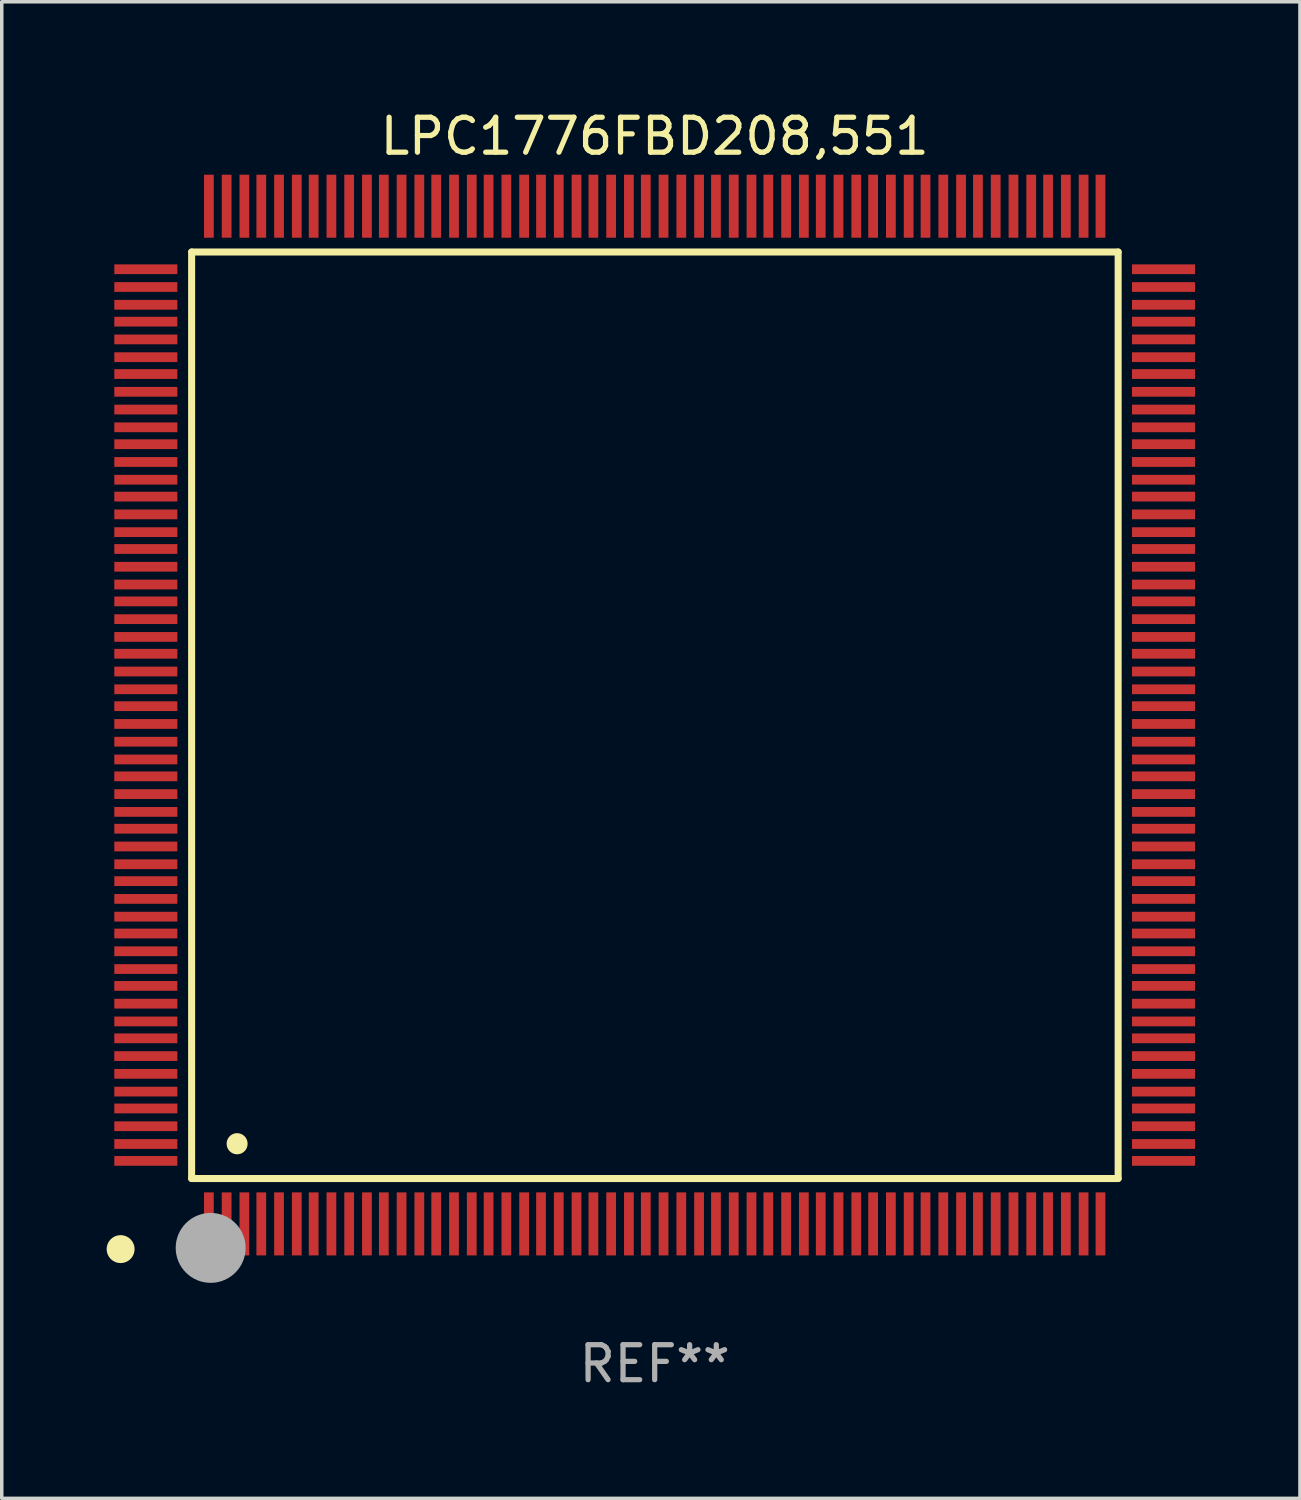
<source format=kicad_pcb>
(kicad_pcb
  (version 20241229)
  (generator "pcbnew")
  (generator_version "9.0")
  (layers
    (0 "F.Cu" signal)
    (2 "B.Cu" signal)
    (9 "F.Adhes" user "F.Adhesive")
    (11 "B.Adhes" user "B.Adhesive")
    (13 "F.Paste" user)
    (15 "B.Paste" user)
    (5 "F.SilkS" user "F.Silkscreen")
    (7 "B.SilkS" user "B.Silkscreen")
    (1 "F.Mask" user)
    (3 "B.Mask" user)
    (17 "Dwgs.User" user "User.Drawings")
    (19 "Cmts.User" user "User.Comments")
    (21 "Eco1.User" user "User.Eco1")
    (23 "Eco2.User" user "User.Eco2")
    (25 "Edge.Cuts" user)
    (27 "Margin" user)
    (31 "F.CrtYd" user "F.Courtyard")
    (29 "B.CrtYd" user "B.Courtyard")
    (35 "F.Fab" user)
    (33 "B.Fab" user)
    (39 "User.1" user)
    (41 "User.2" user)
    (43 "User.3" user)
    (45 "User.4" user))
  (footprint "LPC1776FBD208,551"
    (layer "F.Cu")
    (at 15.675 17.402)
    (property "Reference" "LPC1776FBD208,551" (at 0 -16.554 0) (layer "F.SilkS") (effects (font (size 1 1) (thickness 0.15))))
    (attr through_hole)
    (fp_line (start -13.244 -13.244) (end -13.244 13.256) (stroke (width 0.201) (type solid)) (layer "F.SilkS"))
    (fp_line (start -13.244 13.256) (end 13.256 13.256) (stroke (width 0.201) (type solid)) (layer "F.SilkS"))
    (fp_line (start 13.256 -13.244) (end -13.244 -13.244) (stroke (width 0.201) (type solid)) (layer "F.SilkS"))
    (fp_line (start 13.256 13.256) (end 13.256 -13.244) (stroke (width 0.201) (type solid)) (layer "F.SilkS"))
    (fp_arc (start -13.268987 14.90983) (mid -13.268992 14.90856) (end -13.268987 14.90729) (stroke (width 0.299721) (type solid)) (layer "F.SilkS"))
    (fp_arc (start -11.943104 12.263145) (mid -11.943115 12.260605) (end -11.943104 12.258065) (stroke (width 0.599441) (type solid)) (layer "F.SilkS"))
    (fp_circle (center -15.275 15.275) (end -15.075 15.275) (stroke (width 0.4) (type solid)) (fill no) (layer "F.SilkS"))
    (fp_circle (center -12.7 15.24) (end -12.2 15.24) (stroke (width 1) (type solid)) (fill no) (layer "F.Fab"))
    (fp_text user "REF**" (at 0 18.554 0) (layer "F.Fab") (effects (font (size 1 1) (thickness 0.15))))
    (pad "1" smd rect (at -12.751 14.554 180) (size 0.279 1.803) (layers "F.Cu" "F.Mask" "F.Paste"))
    (pad "2" smd rect (at -12.243 14.554 180) (size 0.279 1.803) (layers "F.Cu" "F.Mask" "F.Paste"))
    (pad "3" smd rect (at -11.735 14.554 180) (size 0.279 1.803) (layers "F.Cu" "F.Mask" "F.Paste"))
    (pad "4" smd rect (at -11.252 14.554 180) (size 0.279 1.803) (layers "F.Cu" "F.Mask" "F.Paste"))
    (pad "5" smd rect (at -10.744 14.554 180) (size 0.279 1.803) (layers "F.Cu" "F.Mask" "F.Paste"))
    (pad "6" smd rect (at -10.236 14.554 180) (size 0.279 1.803) (layers "F.Cu" "F.Mask" "F.Paste"))
    (pad "7" smd rect (at -9.754 14.554 180) (size 0.279 1.803) (layers "F.Cu" "F.Mask" "F.Paste"))
    (pad "8" smd rect (at -9.246 14.554 180) (size 0.279 1.803) (layers "F.Cu" "F.Mask" "F.Paste"))
    (pad "9" smd rect (at -8.738 14.554 180) (size 0.279 1.803) (layers "F.Cu" "F.Mask" "F.Paste"))
    (pad "10" smd rect (at -8.23 14.554 180) (size 0.279 1.803) (layers "F.Cu" "F.Mask" "F.Paste"))
    (pad "11" smd rect (at -7.747 14.554 180) (size 0.279 1.803) (layers "F.Cu" "F.Mask" "F.Paste"))
    (pad "12" smd rect (at -7.239 14.554 180) (size 0.279 1.803) (layers "F.Cu" "F.Mask" "F.Paste"))
    (pad "13" smd rect (at -6.731 14.554 180) (size 0.279 1.803) (layers "F.Cu" "F.Mask" "F.Paste"))
    (pad "14" smd rect (at -6.248 14.554 180) (size 0.279 1.803) (layers "F.Cu" "F.Mask" "F.Paste"))
    (pad "15" smd rect (at -5.74 14.554 180) (size 0.279 1.803) (layers "F.Cu" "F.Mask" "F.Paste"))
    (pad "16" smd rect (at -5.232 14.554 180) (size 0.279 1.803) (layers "F.Cu" "F.Mask" "F.Paste"))
    (pad "17" smd rect (at -4.75 14.554 180) (size 0.279 1.803) (layers "F.Cu" "F.Mask" "F.Paste"))
    (pad "18" smd rect (at -4.242 14.554 180) (size 0.279 1.803) (layers "F.Cu" "F.Mask" "F.Paste"))
    (pad "19" smd rect (at -3.734 14.554 180) (size 0.279 1.803) (layers "F.Cu" "F.Mask" "F.Paste"))
    (pad "20" smd rect (at -3.251 14.554 180) (size 0.279 1.803) (layers "F.Cu" "F.Mask" "F.Paste"))
    (pad "21" smd rect (at -2.743 14.554 180) (size 0.279 1.803) (layers "F.Cu" "F.Mask" "F.Paste"))
    (pad "22" smd rect (at -2.235 14.554 180) (size 0.279 1.803) (layers "F.Cu" "F.Mask" "F.Paste"))
    (pad "23" smd rect (at -1.753 14.554 180) (size 0.279 1.803) (layers "F.Cu" "F.Mask" "F.Paste"))
    (pad "24" smd rect (at -1.245 14.554 180) (size 0.279 1.803) (layers "F.Cu" "F.Mask" "F.Paste"))
    (pad "25" smd rect (at -0.737 14.554 180) (size 0.279 1.803) (layers "F.Cu" "F.Mask" "F.Paste"))
    (pad "26" smd rect (at -0.254 14.554 180) (size 0.279 1.803) (layers "F.Cu" "F.Mask" "F.Paste"))
    (pad "27" smd rect (at 0.254 14.554 180) (size 0.279 1.803) (layers "F.Cu" "F.Mask" "F.Paste"))
    (pad "28" smd rect (at 0.762 14.554 180) (size 0.279 1.803) (layers "F.Cu" "F.Mask" "F.Paste"))
    (pad "29" smd rect (at 1.27 14.554 180) (size 0.279 1.803) (layers "F.Cu" "F.Mask" "F.Paste"))
    (pad "30" smd rect (at 1.753 14.554 180) (size 0.279 1.803) (layers "F.Cu" "F.Mask" "F.Paste"))
    (pad "31" smd rect (at 2.261 14.554 180) (size 0.279 1.803) (layers "F.Cu" "F.Mask" "F.Paste"))
    (pad "32" smd rect (at 2.769 14.554 180) (size 0.279 1.803) (layers "F.Cu" "F.Mask" "F.Paste"))
    (pad "33" smd rect (at 3.251 14.554 180) (size 0.279 1.803) (layers "F.Cu" "F.Mask" "F.Paste"))
    (pad "34" smd rect (at 3.759 14.554 180) (size 0.279 1.803) (layers "F.Cu" "F.Mask" "F.Paste"))
    (pad "35" smd rect (at 4.267 14.554 180) (size 0.279 1.803) (layers "F.Cu" "F.Mask" "F.Paste"))
    (pad "36" smd rect (at 4.75 14.554 180) (size 0.279 1.803) (layers "F.Cu" "F.Mask" "F.Paste"))
    (pad "37" smd rect (at 5.258 14.554 180) (size 0.279 1.803) (layers "F.Cu" "F.Mask" "F.Paste"))
    (pad "38" smd rect (at 5.766 14.554 180) (size 0.279 1.803) (layers "F.Cu" "F.Mask" "F.Paste"))
    (pad "39" smd rect (at 6.248 14.554 180) (size 0.279 1.803) (layers "F.Cu" "F.Mask" "F.Paste"))
    (pad "40" smd rect (at 6.756 14.554 180) (size 0.279 1.803) (layers "F.Cu" "F.Mask" "F.Paste"))
    (pad "41" smd rect (at 7.264 14.554 180) (size 0.279 1.803) (layers "F.Cu" "F.Mask" "F.Paste"))
    (pad "42" smd rect (at 7.747 14.554 180) (size 0.279 1.803) (layers "F.Cu" "F.Mask" "F.Paste"))
    (pad "43" smd rect (at 8.255 14.554 180) (size 0.279 1.803) (layers "F.Cu" "F.Mask" "F.Paste"))
    (pad "44" smd rect (at 8.763 14.554 180) (size 0.279 1.803) (layers "F.Cu" "F.Mask" "F.Paste"))
    (pad "45" smd rect (at 9.246 14.554 180) (size 0.279 1.803) (layers "F.Cu" "F.Mask" "F.Paste"))
    (pad "46" smd rect (at 9.754 14.554 180) (size 0.279 1.803) (layers "F.Cu" "F.Mask" "F.Paste"))
    (pad "47" smd rect (at 10.262 14.554 180) (size 0.279 1.803) (layers "F.Cu" "F.Mask" "F.Paste"))
    (pad "48" smd rect (at 10.77 14.554 180) (size 0.279 1.803) (layers "F.Cu" "F.Mask" "F.Paste"))
    (pad "49" smd rect (at 11.252 14.554 180) (size 0.279 1.803) (layers "F.Cu" "F.Mask" "F.Paste"))
    (pad "50" smd rect (at 11.76 14.554 180) (size 0.279 1.803) (layers "F.Cu" "F.Mask" "F.Paste"))
    (pad "51" smd rect (at 12.268 14.554 180) (size 0.279 1.803) (layers "F.Cu" "F.Mask" "F.Paste"))
    (pad "52" smd rect (at 12.751 14.554 180) (size 0.279 1.803) (layers "F.Cu" "F.Mask" "F.Paste"))
    (pad "53" smd rect (at 14.554 12.751 90) (size 0.279 1.803) (layers "F.Cu" "F.Mask" "F.Paste"))
    (pad "54" smd rect (at 14.554 12.268 90) (size 0.279 1.803) (layers "F.Cu" "F.Mask" "F.Paste"))
    (pad "55" smd rect (at 14.554 11.76 90) (size 0.279 1.803) (layers "F.Cu" "F.Mask" "F.Paste"))
    (pad "56" smd rect (at 14.554 11.252 90) (size 0.279 1.803) (layers "F.Cu" "F.Mask" "F.Paste"))
    (pad "57" smd rect (at 14.554 10.77 90) (size 0.279 1.803) (layers "F.Cu" "F.Mask" "F.Paste"))
    (pad "58" smd rect (at 14.554 10.262 90) (size 0.279 1.803) (layers "F.Cu" "F.Mask" "F.Paste"))
    (pad "59" smd rect (at 14.554 9.754 90) (size 0.279 1.803) (layers "F.Cu" "F.Mask" "F.Paste"))
    (pad "60" smd rect (at 14.554 9.246 90) (size 0.279 1.803) (layers "F.Cu" "F.Mask" "F.Paste"))
    (pad "61" smd rect (at 14.554 8.763 90) (size 0.279 1.803) (layers "F.Cu" "F.Mask" "F.Paste"))
    (pad "62" smd rect (at 14.554 8.255 90) (size 0.279 1.803) (layers "F.Cu" "F.Mask" "F.Paste"))
    (pad "63" smd rect (at 14.554 7.747 90) (size 0.279 1.803) (layers "F.Cu" "F.Mask" "F.Paste"))
    (pad "64" smd rect (at 14.554 7.264 90) (size 0.279 1.803) (layers "F.Cu" "F.Mask" "F.Paste"))
    (pad "65" smd rect (at 14.554 6.756 90) (size 0.279 1.803) (layers "F.Cu" "F.Mask" "F.Paste"))
    (pad "66" smd rect (at 14.554 6.248 90) (size 0.279 1.803) (layers "F.Cu" "F.Mask" "F.Paste"))
    (pad "67" smd rect (at 14.554 5.766 90) (size 0.279 1.803) (layers "F.Cu" "F.Mask" "F.Paste"))
    (pad "68" smd rect (at 14.554 5.258 90) (size 0.279 1.803) (layers "F.Cu" "F.Mask" "F.Paste"))
    (pad "69" smd rect (at 14.554 4.75 90) (size 0.279 1.803) (layers "F.Cu" "F.Mask" "F.Paste"))
    (pad "70" smd rect (at 14.554 4.267 90) (size 0.279 1.803) (layers "F.Cu" "F.Mask" "F.Paste"))
    (pad "71" smd rect (at 14.554 3.759 90) (size 0.279 1.803) (layers "F.Cu" "F.Mask" "F.Paste"))
    (pad "72" smd rect (at 14.554 3.251 90) (size 0.279 1.803) (layers "F.Cu" "F.Mask" "F.Paste"))
    (pad "73" smd rect (at 14.554 2.769 90) (size 0.279 1.803) (layers "F.Cu" "F.Mask" "F.Paste"))
    (pad "74" smd rect (at 14.554 2.261 90) (size 0.279 1.803) (layers "F.Cu" "F.Mask" "F.Paste"))
    (pad "75" smd rect (at 14.554 1.753 90) (size 0.279 1.803) (layers "F.Cu" "F.Mask" "F.Paste"))
    (pad "76" smd rect (at 14.554 1.27 90) (size 0.279 1.803) (layers "F.Cu" "F.Mask" "F.Paste"))
    (pad "77" smd rect (at 14.554 0.762 90) (size 0.279 1.803) (layers "F.Cu" "F.Mask" "F.Paste"))
    (pad "78" smd rect (at 14.554 0.254 90) (size 0.279 1.803) (layers "F.Cu" "F.Mask" "F.Paste"))
    (pad "79" smd rect (at 14.554 -0.254 90) (size 0.279 1.803) (layers "F.Cu" "F.Mask" "F.Paste"))
    (pad "80" smd rect (at 14.554 -0.737 90) (size 0.279 1.803) (layers "F.Cu" "F.Mask" "F.Paste"))
    (pad "81" smd rect (at 14.554 -1.245 90) (size 0.279 1.803) (layers "F.Cu" "F.Mask" "F.Paste"))
    (pad "82" smd rect (at 14.554 -1.753 90) (size 0.279 1.803) (layers "F.Cu" "F.Mask" "F.Paste"))
    (pad "83" smd rect (at 14.554 -2.235 90) (size 0.279 1.803) (layers "F.Cu" "F.Mask" "F.Paste"))
    (pad "84" smd rect (at 14.554 -2.743 90) (size 0.279 1.803) (layers "F.Cu" "F.Mask" "F.Paste"))
    (pad "85" smd rect (at 14.554 -3.251 90) (size 0.279 1.803) (layers "F.Cu" "F.Mask" "F.Paste"))
    (pad "86" smd rect (at 14.554 -3.734 90) (size 0.279 1.803) (layers "F.Cu" "F.Mask" "F.Paste"))
    (pad "87" smd rect (at 14.554 -4.242 90) (size 0.279 1.803) (layers "F.Cu" "F.Mask" "F.Paste"))
    (pad "88" smd rect (at 14.554 -4.75 90) (size 0.279 1.803) (layers "F.Cu" "F.Mask" "F.Paste"))
    (pad "89" smd rect (at 14.554 -5.232 90) (size 0.279 1.803) (layers "F.Cu" "F.Mask" "F.Paste"))
    (pad "90" smd rect (at 14.554 -5.74 90) (size 0.279 1.803) (layers "F.Cu" "F.Mask" "F.Paste"))
    (pad "91" smd rect (at 14.554 -6.248 90) (size 0.279 1.803) (layers "F.Cu" "F.Mask" "F.Paste"))
    (pad "92" smd rect (at 14.554 -6.731 90) (size 0.279 1.803) (layers "F.Cu" "F.Mask" "F.Paste"))
    (pad "93" smd rect (at 14.554 -7.239 90) (size 0.279 1.803) (layers "F.Cu" "F.Mask" "F.Paste"))
    (pad "94" smd rect (at 14.554 -7.747 90) (size 0.279 1.803) (layers "F.Cu" "F.Mask" "F.Paste"))
    (pad "95" smd rect (at 14.554 -8.23 90) (size 0.279 1.803) (layers "F.Cu" "F.Mask" "F.Paste"))
    (pad "96" smd rect (at 14.554 -8.738 90) (size 0.279 1.803) (layers "F.Cu" "F.Mask" "F.Paste"))
    (pad "97" smd rect (at 14.554 -9.246 90) (size 0.279 1.803) (layers "F.Cu" "F.Mask" "F.Paste"))
    (pad "98" smd rect (at 14.554 -9.754 90) (size 0.279 1.803) (layers "F.Cu" "F.Mask" "F.Paste"))
    (pad "99" smd rect (at 14.554 -10.236 90) (size 0.279 1.803) (layers "F.Cu" "F.Mask" "F.Paste"))
    (pad "100" smd rect (at 14.554 -10.744 90) (size 0.279 1.803) (layers "F.Cu" "F.Mask" "F.Paste"))
    (pad "101" smd rect (at 14.554 -11.252 90) (size 0.279 1.803) (layers "F.Cu" "F.Mask" "F.Paste"))
    (pad "102" smd rect (at 14.554 -11.735 90) (size 0.279 1.803) (layers "F.Cu" "F.Mask" "F.Paste"))
    (pad "103" smd rect (at 14.554 -12.243 90) (size 0.279 1.803) (layers "F.Cu" "F.Mask" "F.Paste"))
    (pad "104" smd rect (at 14.554 -12.751 90) (size 0.279 1.803) (layers "F.Cu" "F.Mask" "F.Paste"))
    (pad "105" smd rect (at 12.751 -14.554 180) (size 0.279 1.803) (layers "F.Cu" "F.Mask" "F.Paste"))
    (pad "106" smd rect (at 12.268 -14.554 180) (size 0.279 1.803) (layers "F.Cu" "F.Mask" "F.Paste"))
    (pad "107" smd rect (at 11.76 -14.554 180) (size 0.279 1.803) (layers "F.Cu" "F.Mask" "F.Paste"))
    (pad "108" smd rect (at 11.252 -14.554 180) (size 0.279 1.803) (layers "F.Cu" "F.Mask" "F.Paste"))
    (pad "109" smd rect (at 10.77 -14.554 180) (size 0.279 1.803) (layers "F.Cu" "F.Mask" "F.Paste"))
    (pad "110" smd rect (at 10.262 -14.554 180) (size 0.279 1.803) (layers "F.Cu" "F.Mask" "F.Paste"))
    (pad "111" smd rect (at 9.754 -14.554 180) (size 0.279 1.803) (layers "F.Cu" "F.Mask" "F.Paste"))
    (pad "112" smd rect (at 9.246 -14.554 180) (size 0.279 1.803) (layers "F.Cu" "F.Mask" "F.Paste"))
    (pad "113" smd rect (at 8.763 -14.554 180) (size 0.279 1.803) (layers "F.Cu" "F.Mask" "F.Paste"))
    (pad "114" smd rect (at 8.255 -14.554 180) (size 0.279 1.803) (layers "F.Cu" "F.Mask" "F.Paste"))
    (pad "115" smd rect (at 7.747 -14.554 180) (size 0.279 1.803) (layers "F.Cu" "F.Mask" "F.Paste"))
    (pad "116" smd rect (at 7.264 -14.554 180) (size 0.279 1.803) (layers "F.Cu" "F.Mask" "F.Paste"))
    (pad "117" smd rect (at 6.756 -14.554 180) (size 0.279 1.803) (layers "F.Cu" "F.Mask" "F.Paste"))
    (pad "118" smd rect (at 6.248 -14.554 180) (size 0.279 1.803) (layers "F.Cu" "F.Mask" "F.Paste"))
    (pad "119" smd rect (at 5.766 -14.554 180) (size 0.279 1.803) (layers "F.Cu" "F.Mask" "F.Paste"))
    (pad "120" smd rect (at 5.258 -14.554 180) (size 0.279 1.803) (layers "F.Cu" "F.Mask" "F.Paste"))
    (pad "121" smd rect (at 4.75 -14.554 180) (size 0.279 1.803) (layers "F.Cu" "F.Mask" "F.Paste"))
    (pad "122" smd rect (at 4.267 -14.554 180) (size 0.279 1.803) (layers "F.Cu" "F.Mask" "F.Paste"))
    (pad "123" smd rect (at 3.759 -14.554 180) (size 0.279 1.803) (layers "F.Cu" "F.Mask" "F.Paste"))
    (pad "124" smd rect (at 3.251 -14.554 180) (size 0.279 1.803) (layers "F.Cu" "F.Mask" "F.Paste"))
    (pad "125" smd rect (at 2.769 -14.554 180) (size 0.279 1.803) (layers "F.Cu" "F.Mask" "F.Paste"))
    (pad "126" smd rect (at 2.261 -14.554 180) (size 0.279 1.803) (layers "F.Cu" "F.Mask" "F.Paste"))
    (pad "127" smd rect (at 1.753 -14.554 180) (size 0.279 1.803) (layers "F.Cu" "F.Mask" "F.Paste"))
    (pad "128" smd rect (at 1.27 -14.554 180) (size 0.279 1.803) (layers "F.Cu" "F.Mask" "F.Paste"))
    (pad "129" smd rect (at 0.762 -14.554 180) (size 0.279 1.803) (layers "F.Cu" "F.Mask" "F.Paste"))
    (pad "130" smd rect (at 0.254 -14.554 180) (size 0.279 1.803) (layers "F.Cu" "F.Mask" "F.Paste"))
    (pad "131" smd rect (at -0.254 -14.554 180) (size 0.279 1.803) (layers "F.Cu" "F.Mask" "F.Paste"))
    (pad "132" smd rect (at -0.737 -14.554 180) (size 0.279 1.803) (layers "F.Cu" "F.Mask" "F.Paste"))
    (pad "133" smd rect (at -1.245 -14.554 180) (size 0.279 1.803) (layers "F.Cu" "F.Mask" "F.Paste"))
    (pad "134" smd rect (at -1.753 -14.554 180) (size 0.279 1.803) (layers "F.Cu" "F.Mask" "F.Paste"))
    (pad "135" smd rect (at -2.235 -14.554 180) (size 0.279 1.803) (layers "F.Cu" "F.Mask" "F.Paste"))
    (pad "136" smd rect (at -2.743 -14.554 180) (size 0.279 1.803) (layers "F.Cu" "F.Mask" "F.Paste"))
    (pad "137" smd rect (at -3.251 -14.554 180) (size 0.279 1.803) (layers "F.Cu" "F.Mask" "F.Paste"))
    (pad "138" smd rect (at -3.734 -14.554 180) (size 0.279 1.803) (layers "F.Cu" "F.Mask" "F.Paste"))
    (pad "139" smd rect (at -4.242 -14.554 180) (size 0.279 1.803) (layers "F.Cu" "F.Mask" "F.Paste"))
    (pad "140" smd rect (at -4.75 -14.554 180) (size 0.279 1.803) (layers "F.Cu" "F.Mask" "F.Paste"))
    (pad "141" smd rect (at -5.232 -14.554 180) (size 0.279 1.803) (layers "F.Cu" "F.Mask" "F.Paste"))
    (pad "142" smd rect (at -5.74 -14.554 180) (size 0.279 1.803) (layers "F.Cu" "F.Mask" "F.Paste"))
    (pad "143" smd rect (at -6.248 -14.554 180) (size 0.279 1.803) (layers "F.Cu" "F.Mask" "F.Paste"))
    (pad "144" smd rect (at -6.731 -14.554 180) (size 0.279 1.803) (layers "F.Cu" "F.Mask" "F.Paste"))
    (pad "145" smd rect (at -7.239 -14.554 180) (size 0.279 1.803) (layers "F.Cu" "F.Mask" "F.Paste"))
    (pad "146" smd rect (at -7.747 -14.554 180) (size 0.279 1.803) (layers "F.Cu" "F.Mask" "F.Paste"))
    (pad "147" smd rect (at -8.23 -14.554 180) (size 0.279 1.803) (layers "F.Cu" "F.Mask" "F.Paste"))
    (pad "148" smd rect (at -8.738 -14.554 180) (size 0.279 1.803) (layers "F.Cu" "F.Mask" "F.Paste"))
    (pad "149" smd rect (at -9.246 -14.554 180) (size 0.279 1.803) (layers "F.Cu" "F.Mask" "F.Paste"))
    (pad "150" smd rect (at -9.754 -14.554 180) (size 0.279 1.803) (layers "F.Cu" "F.Mask" "F.Paste"))
    (pad "151" smd rect (at -10.236 -14.554 180) (size 0.279 1.803) (layers "F.Cu" "F.Mask" "F.Paste"))
    (pad "152" smd rect (at -10.744 -14.554 180) (size 0.279 1.803) (layers "F.Cu" "F.Mask" "F.Paste"))
    (pad "153" smd rect (at -11.252 -14.554 180) (size 0.279 1.803) (layers "F.Cu" "F.Mask" "F.Paste"))
    (pad "154" smd rect (at -11.735 -14.554 180) (size 0.279 1.803) (layers "F.Cu" "F.Mask" "F.Paste"))
    (pad "155" smd rect (at -12.243 -14.554 180) (size 0.279 1.803) (layers "F.Cu" "F.Mask" "F.Paste"))
    (pad "156" smd rect (at -12.751 -14.554 180) (size 0.279 1.803) (layers "F.Cu" "F.Mask" "F.Paste"))
    (pad "157" smd rect (at -14.554 -12.751 90) (size 0.279 1.803) (layers "F.Cu" "F.Mask" "F.Paste"))
    (pad "158" smd rect (at -14.554 -12.243 90) (size 0.279 1.803) (layers "F.Cu" "F.Mask" "F.Paste"))
    (pad "159" smd rect (at -14.554 -11.735 90) (size 0.279 1.803) (layers "F.Cu" "F.Mask" "F.Paste"))
    (pad "160" smd rect (at -14.554 -11.252 90) (size 0.279 1.803) (layers "F.Cu" "F.Mask" "F.Paste"))
    (pad "161" smd rect (at -14.554 -10.744 90) (size 0.279 1.803) (layers "F.Cu" "F.Mask" "F.Paste"))
    (pad "162" smd rect (at -14.554 -10.236 90) (size 0.279 1.803) (layers "F.Cu" "F.Mask" "F.Paste"))
    (pad "163" smd rect (at -14.554 -9.754 90) (size 0.279 1.803) (layers "F.Cu" "F.Mask" "F.Paste"))
    (pad "164" smd rect (at -14.554 -9.246 90) (size 0.279 1.803) (layers "F.Cu" "F.Mask" "F.Paste"))
    (pad "165" smd rect (at -14.554 -8.738 90) (size 0.279 1.803) (layers "F.Cu" "F.Mask" "F.Paste"))
    (pad "166" smd rect (at -14.554 -8.23 90) (size 0.279 1.803) (layers "F.Cu" "F.Mask" "F.Paste"))
    (pad "167" smd rect (at -14.554 -7.747 90) (size 0.279 1.803) (layers "F.Cu" "F.Mask" "F.Paste"))
    (pad "168" smd rect (at -14.554 -7.239 90) (size 0.279 1.803) (layers "F.Cu" "F.Mask" "F.Paste"))
    (pad "169" smd rect (at -14.554 -6.731 90) (size 0.279 1.803) (layers "F.Cu" "F.Mask" "F.Paste"))
    (pad "170" smd rect (at -14.554 -6.248 90) (size 0.279 1.803) (layers "F.Cu" "F.Mask" "F.Paste"))
    (pad "171" smd rect (at -14.554 -5.74 90) (size 0.279 1.803) (layers "F.Cu" "F.Mask" "F.Paste"))
    (pad "172" smd rect (at -14.554 -5.232 90) (size 0.279 1.803) (layers "F.Cu" "F.Mask" "F.Paste"))
    (pad "173" smd rect (at -14.554 -4.75 90) (size 0.279 1.803) (layers "F.Cu" "F.Mask" "F.Paste"))
    (pad "174" smd rect (at -14.554 -4.242 90) (size 0.279 1.803) (layers "F.Cu" "F.Mask" "F.Paste"))
    (pad "175" smd rect (at -14.554 -3.734 90) (size 0.279 1.803) (layers "F.Cu" "F.Mask" "F.Paste"))
    (pad "176" smd rect (at -14.554 -3.251 90) (size 0.279 1.803) (layers "F.Cu" "F.Mask" "F.Paste"))
    (pad "177" smd rect (at -14.554 -2.743 90) (size 0.279 1.803) (layers "F.Cu" "F.Mask" "F.Paste"))
    (pad "178" smd rect (at -14.554 -2.235 90) (size 0.279 1.803) (layers "F.Cu" "F.Mask" "F.Paste"))
    (pad "179" smd rect (at -14.554 -1.753 90) (size 0.279 1.803) (layers "F.Cu" "F.Mask" "F.Paste"))
    (pad "180" smd rect (at -14.554 -1.245 90) (size 0.279 1.803) (layers "F.Cu" "F.Mask" "F.Paste"))
    (pad "181" smd rect (at -14.554 -0.737 90) (size 0.279 1.803) (layers "F.Cu" "F.Mask" "F.Paste"))
    (pad "182" smd rect (at -14.554 -0.254 90) (size 0.279 1.803) (layers "F.Cu" "F.Mask" "F.Paste"))
    (pad "183" smd rect (at -14.554 0.254 90) (size 0.279 1.803) (layers "F.Cu" "F.Mask" "F.Paste"))
    (pad "184" smd rect (at -14.554 0.762 90) (size 0.279 1.803) (layers "F.Cu" "F.Mask" "F.Paste"))
    (pad "185" smd rect (at -14.554 1.27 90) (size 0.279 1.803) (layers "F.Cu" "F.Mask" "F.Paste"))
    (pad "186" smd rect (at -14.554 1.753 90) (size 0.279 1.803) (layers "F.Cu" "F.Mask" "F.Paste"))
    (pad "187" smd rect (at -14.554 2.261 90) (size 0.279 1.803) (layers "F.Cu" "F.Mask" "F.Paste"))
    (pad "188" smd rect (at -14.554 2.769 90) (size 0.279 1.803) (layers "F.Cu" "F.Mask" "F.Paste"))
    (pad "189" smd rect (at -14.554 3.251 90) (size 0.279 1.803) (layers "F.Cu" "F.Mask" "F.Paste"))
    (pad "190" smd rect (at -14.554 3.759 90) (size 0.279 1.803) (layers "F.Cu" "F.Mask" "F.Paste"))
    (pad "191" smd rect (at -14.554 4.267 90) (size 0.279 1.803) (layers "F.Cu" "F.Mask" "F.Paste"))
    (pad "192" smd rect (at -14.554 4.75 90) (size 0.279 1.803) (layers "F.Cu" "F.Mask" "F.Paste"))
    (pad "193" smd rect (at -14.554 5.258 90) (size 0.279 1.803) (layers "F.Cu" "F.Mask" "F.Paste"))
    (pad "194" smd rect (at -14.554 5.766 90) (size 0.279 1.803) (layers "F.Cu" "F.Mask" "F.Paste"))
    (pad "195" smd rect (at -14.554 6.248 90) (size 0.279 1.803) (layers "F.Cu" "F.Mask" "F.Paste"))
    (pad "196" smd rect (at -14.554 6.756 90) (size 0.279 1.803) (layers "F.Cu" "F.Mask" "F.Paste"))
    (pad "197" smd rect (at -14.554 7.264 90) (size 0.279 1.803) (layers "F.Cu" "F.Mask" "F.Paste"))
    (pad "198" smd rect (at -14.554 7.747 90) (size 0.279 1.803) (layers "F.Cu" "F.Mask" "F.Paste"))
    (pad "199" smd rect (at -14.554 8.255 90) (size 0.279 1.803) (layers "F.Cu" "F.Mask" "F.Paste"))
    (pad "200" smd rect (at -14.554 8.763 90) (size 0.279 1.803) (layers "F.Cu" "F.Mask" "F.Paste"))
    (pad "201" smd rect (at -14.554 9.246 90) (size 0.279 1.803) (layers "F.Cu" "F.Mask" "F.Paste"))
    (pad "202" smd rect (at -14.554 9.754 90) (size 0.279 1.803) (layers "F.Cu" "F.Mask" "F.Paste"))
    (pad "203" smd rect (at -14.554 10.262 90) (size 0.279 1.803) (layers "F.Cu" "F.Mask" "F.Paste"))
    (pad "204" smd rect (at -14.554 10.77 90) (size 0.279 1.803) (layers "F.Cu" "F.Mask" "F.Paste"))
    (pad "205" smd rect (at -14.554 11.252 90) (size 0.279 1.803) (layers "F.Cu" "F.Mask" "F.Paste"))
    (pad "206" smd rect (at -14.554 11.76 90) (size 0.279 1.803) (layers "F.Cu" "F.Mask" "F.Paste"))
    (pad "207" smd rect (at -14.554 12.268 90) (size 0.279 1.803) (layers "F.Cu" "F.Mask" "F.Paste"))
    (pad "208" smd rect (at -14.554 12.751 90) (size 0.279 1.803) (layers "F.Cu" "F.Mask" "F.Paste")))
  (gr_rect
    (start -3 -3)
    (end 34.131 39.805)
    (stroke (width 0.1) (type default))
    (fill no)
    (layer "Edge.Cuts")))
</source>
